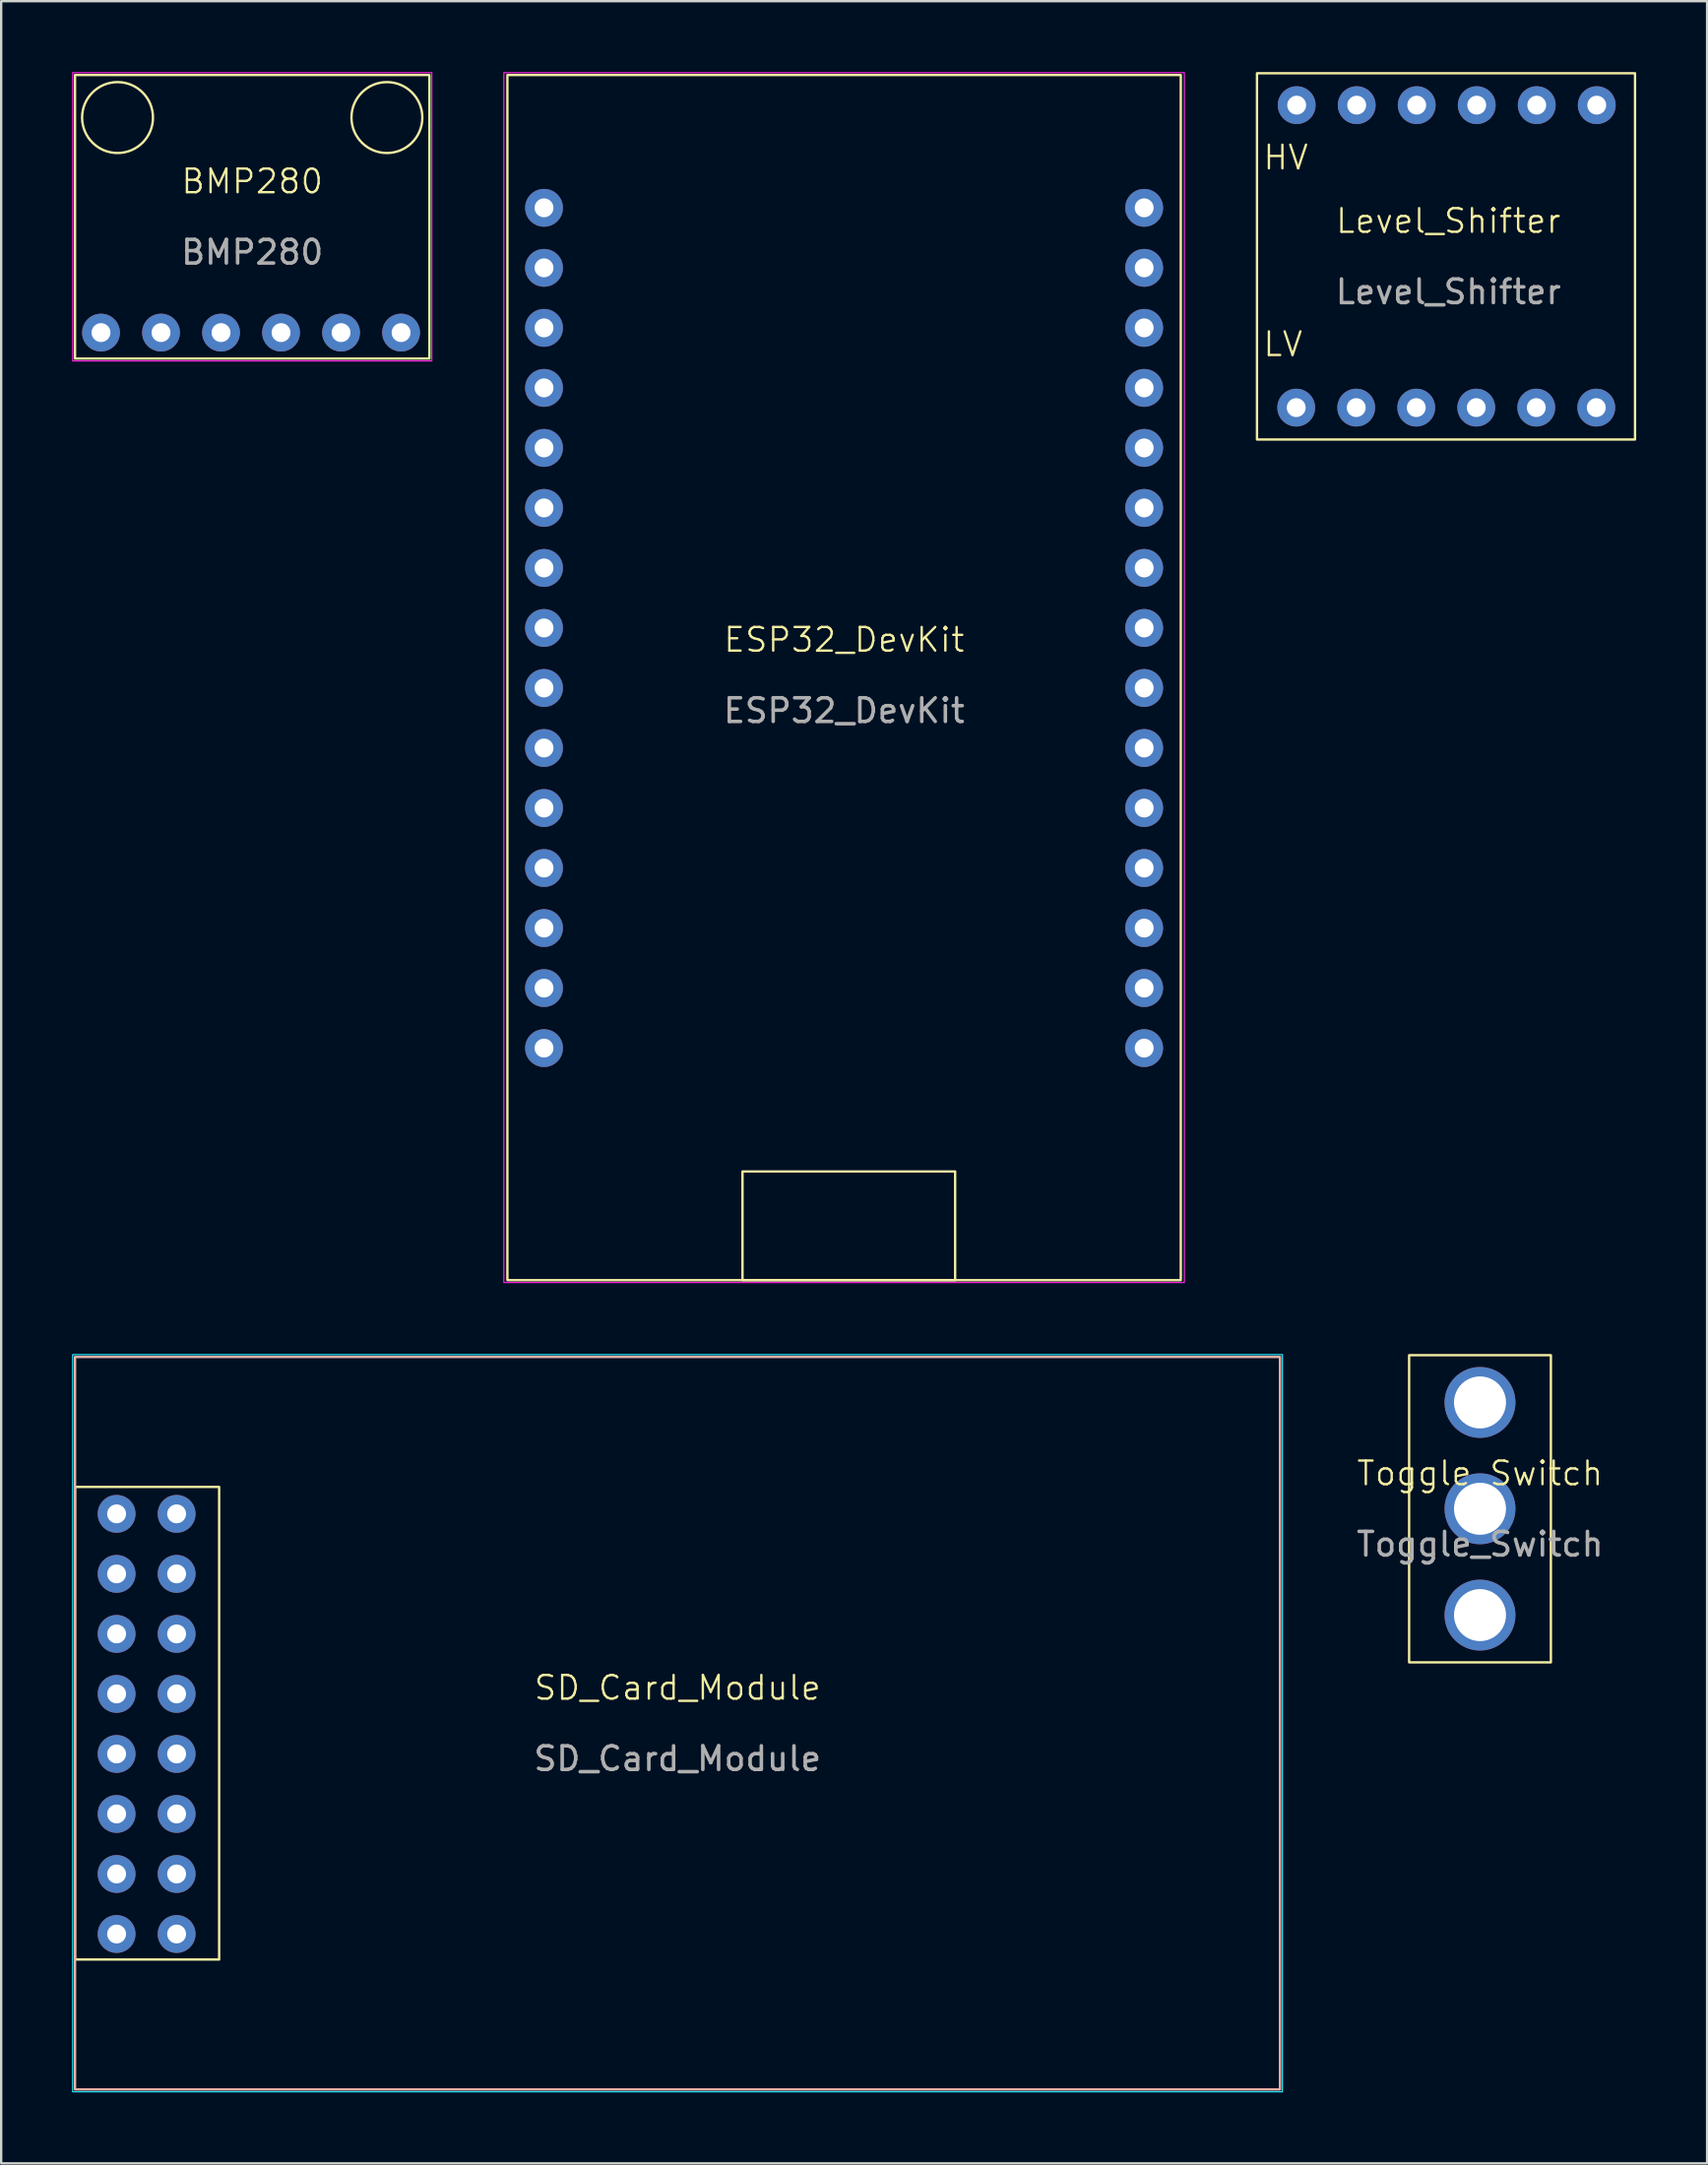
<source format=kicad_pcb>
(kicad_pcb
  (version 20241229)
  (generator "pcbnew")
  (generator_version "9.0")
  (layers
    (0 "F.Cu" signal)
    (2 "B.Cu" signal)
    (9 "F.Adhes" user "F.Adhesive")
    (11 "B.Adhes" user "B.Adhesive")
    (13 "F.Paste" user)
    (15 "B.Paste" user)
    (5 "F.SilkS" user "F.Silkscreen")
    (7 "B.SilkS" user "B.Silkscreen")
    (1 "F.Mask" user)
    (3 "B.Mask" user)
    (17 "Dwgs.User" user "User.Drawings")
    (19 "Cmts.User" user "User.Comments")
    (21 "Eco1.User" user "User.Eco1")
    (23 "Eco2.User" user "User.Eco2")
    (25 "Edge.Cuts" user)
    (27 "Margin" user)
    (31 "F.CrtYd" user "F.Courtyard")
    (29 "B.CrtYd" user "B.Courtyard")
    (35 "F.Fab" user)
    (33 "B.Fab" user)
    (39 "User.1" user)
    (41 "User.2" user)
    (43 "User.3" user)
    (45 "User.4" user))
  (footprint "BMP280"
    (layer "F.Cu")
    (at 7.625 6.125)
    (property "Reference" "BMP280" (at 0 -1.5 0) (unlocked yes) (layer "F.SilkS") (effects (font (size 1 1) (thickness 0.1))))
    (attr through_hole)
    (fp_rect (start -7.5 -6) (end 7.5 6) (stroke (width 0.1) (type default)) (fill no) (layer "F.SilkS"))
    (fp_circle (center -5.7 -4.2) (end -4.2 -4.2) (stroke (width 0.1) (type default)) (fill no) (layer "F.SilkS"))
    (fp_circle (center 5.7 -4.2) (end 7.2 -4.2) (stroke (width 0.1) (type default)) (fill no) (layer "F.SilkS"))
    (fp_rect (start -7.6 -6.1) (end 7.6 6.1) (stroke (width 0.05) (type default)) (fill no) (layer "F.CrtYd"))
    (fp_text user "${REFERENCE}" (at 0 1.5 0) (unlocked yes) (layer "F.Fab") (effects (font (size 1 1) (thickness 0.15))))
    (pad "1" thru_hole circle (at -6.4 4.9) (size 1.6 1.6) (drill 0.8) (layers "*.Cu" "*.Mask"))
    (pad "2" thru_hole circle (at -3.86 4.9) (size 1.6 1.6) (drill 0.8) (layers "*.Cu" "*.Mask"))
    (pad "3" thru_hole circle (at -1.32 4.9) (size 1.6 1.6) (drill 0.8) (layers "*.Cu" "*.Mask"))
    (pad "4" thru_hole circle (at 1.22 4.9) (size 1.6 1.6) (drill 0.8) (layers "*.Cu" "*.Mask"))
    (pad "5" thru_hole circle (at 3.76 4.9) (size 1.6 1.6) (drill 0.8) (layers "*.Cu" "*.Mask"))
    (pad "6" thru_hole circle (at 6.3 4.9) (size 1.6 1.6) (drill 0.8) (layers "*.Cu" "*.Mask")))
  (footprint "Toggle_Switch"
    (layer "F.Cu")
    (at 59.589 60.8)
    (property "Reference" "Toggle_Switch" (at 0 -1.5 0) (unlocked yes) (layer "F.SilkS") (effects (font (size 1 1) (thickness 0.1))))
    (attr through_hole)
    (fp_rect (start -3 -6.5) (end 3 6.5) (stroke (width 0.1) (type default)) (fill no) (layer "F.SilkS"))
    (fp_text user "${REFERENCE}" (at 0 1.5 0) (unlocked yes) (layer "F.Fab") (effects (font (size 1 1) (thickness 0.15))))
    (pad "1" thru_hole circle (at 0 4.5) (size 3 3) (drill 2.2) (layers "*.Cu" "*.Mask"))
    (pad "2" thru_hole circle (at 0 0) (size 3 3) (drill 2.2) (layers "*.Cu" "*.Mask"))
    (pad "3" thru_hole circle (at 0 -4.5) (size 3 3) (drill 2.2) (layers "*.Cu" "*.Mask")))
  (footprint "ESP32_DevKit"
    (layer "F.Cu")
    (at 32.675 25.625)
    (property "Reference" "ESP32_DevKit" (at 0 -1.6 0) (unlocked yes) (layer "F.SilkS") (effects (font (size 1 1) (thickness 0.1))))
    (attr through_hole)
    (fp_rect (start -14.25 -25.5) (end 14.25 25.5) (stroke (width 0.1) (type default)) (fill no) (layer "F.SilkS"))
    (fp_rect (start -4.3 20.9) (end 4.7 25.5) (stroke (width 0.1) (type default)) (fill no) (layer "F.SilkS"))
    (fp_rect (start -14.4 -25.6) (end 14.4 25.6) (stroke (width 0.05) (type default)) (fill no) (layer "F.CrtYd"))
    (fp_text user "${REFERENCE}" (at 0 1.4 0) (unlocked yes) (layer "F.Fab") (effects (font (size 1 1) (thickness 0.15))))
    (pad "1" thru_hole circle (at -12.7 -19.88) (size 1.6 1.6) (drill 0.8) (layers "*.Cu" "*.Mask"))
    (pad "2" thru_hole circle (at -12.7 -17.34) (size 1.6 1.6) (drill 0.8) (layers "*.Cu" "*.Mask"))
    (pad "3" thru_hole circle (at -12.7 -14.8) (size 1.6 1.6) (drill 0.8) (layers "*.Cu" "*.Mask"))
    (pad "4" thru_hole circle (at -12.7 -12.26) (size 1.6 1.6) (drill 0.8) (layers "*.Cu" "*.Mask"))
    (pad "5" thru_hole circle (at -12.7 -9.72) (size 1.6 1.6) (drill 0.8) (layers "*.Cu" "*.Mask"))
    (pad "6" thru_hole circle (at -12.7 -7.18) (size 1.6 1.6) (drill 0.8) (layers "*.Cu" "*.Mask"))
    (pad "7" thru_hole circle (at -12.7 -4.64) (size 1.6 1.6) (drill 0.8) (layers "*.Cu" "*.Mask"))
    (pad "8" thru_hole circle (at -12.7 -2.1) (size 1.6 1.6) (drill 0.8) (layers "*.Cu" "*.Mask"))
    (pad "9" thru_hole circle (at -12.7 0.44) (size 1.6 1.6) (drill 0.8) (layers "*.Cu" "*.Mask"))
    (pad "10" thru_hole circle (at -12.7 2.98) (size 1.6 1.6) (drill 0.8) (layers "*.Cu" "*.Mask"))
    (pad "11" thru_hole circle (at -12.7 5.52) (size 1.6 1.6) (drill 0.8) (layers "*.Cu" "*.Mask"))
    (pad "12" thru_hole circle (at -12.7 8.06) (size 1.6 1.6) (drill 0.8) (layers "*.Cu" "*.Mask"))
    (pad "13" thru_hole circle (at -12.7 10.6) (size 1.6 1.6) (drill 0.8) (layers "*.Cu" "*.Mask"))
    (pad "14" thru_hole circle (at -12.7 13.14) (size 1.6 1.6) (drill 0.8) (layers "*.Cu" "*.Mask"))
    (pad "15" thru_hole circle (at -12.7 15.68) (size 1.6 1.6) (drill 0.8) (layers "*.Cu" "*.Mask"))
    (pad "16" thru_hole circle (at 12.7 -19.88) (size 1.6 1.6) (drill 0.8) (layers "*.Cu" "*.Mask"))
    (pad "17" thru_hole circle (at 12.7 -17.34) (size 1.6 1.6) (drill 0.8) (layers "*.Cu" "*.Mask"))
    (pad "18" thru_hole circle (at 12.7 -14.8) (size 1.6 1.6) (drill 0.8) (layers "*.Cu" "*.Mask"))
    (pad "19" thru_hole circle (at 12.7 -12.26) (size 1.6 1.6) (drill 0.8) (layers "*.Cu" "*.Mask"))
    (pad "20" thru_hole circle (at 12.7 -9.72) (size 1.6 1.6) (drill 0.8) (layers "*.Cu" "*.Mask"))
    (pad "21" thru_hole circle (at 12.7 -7.18) (size 1.6 1.6) (drill 0.8) (layers "*.Cu" "*.Mask"))
    (pad "22" thru_hole circle (at 12.7 -4.64) (size 1.6 1.6) (drill 0.8) (layers "*.Cu" "*.Mask"))
    (pad "23" thru_hole circle (at 12.7 -2.1) (size 1.6 1.6) (drill 0.8) (layers "*.Cu" "*.Mask"))
    (pad "24" thru_hole circle (at 12.7 0.44) (size 1.6 1.6) (drill 0.8) (layers "*.Cu" "*.Mask"))
    (pad "25" thru_hole circle (at 12.7 2.98) (size 1.6 1.6) (drill 0.8) (layers "*.Cu" "*.Mask"))
    (pad "26" thru_hole circle (at 12.7 5.52) (size 1.6 1.6) (drill 0.8) (layers "*.Cu" "*.Mask"))
    (pad "27" thru_hole circle (at 12.7 8.06) (size 1.6 1.6) (drill 0.8) (layers "*.Cu" "*.Mask"))
    (pad "28" thru_hole circle (at 12.7 10.6) (size 1.6 1.6) (drill 0.8) (layers "*.Cu" "*.Mask"))
    (pad "29" thru_hole circle (at 12.7 13.14) (size 1.6 1.6) (drill 0.8) (layers "*.Cu" "*.Mask"))
    (pad "30" thru_hole circle (at 12.7 15.68) (size 1.6 1.6) (drill 0.8) (layers "*.Cu" "*.Mask")))
  (footprint "Level_Shifter"
    (layer "F.Cu")
    (at 58.15 7.8)
    (property "Reference" "Level_Shifter" (at 0.1 -1.5 0) (unlocked yes) (layer "F.SilkS") (effects (font (size 1 1) (thickness 0.1))))
    (attr through_hole)
    (fp_rect (start -8 -7.75) (end 8 7.75) (stroke (width 0.1) (type default)) (fill no) (layer "F.SilkS"))
    (fp_text user "LV" (at -7.8 4.3 0) (unlocked yes) (layer "F.SilkS") (effects (font (size 1 1) (thickness 0.1)) (justify left bottom)))
    (fp_text user "HV" (at -7.8 -3.6 0) (unlocked yes) (layer "F.SilkS") (effects (font (size 1 1) (thickness 0.1)) (justify left bottom)))
    (fp_text user "${REFERENCE}" (at 0.1 1.5 0) (unlocked yes) (layer "F.Fab") (effects (font (size 1 1) (thickness 0.15))))
    (pad "1" thru_hole circle (at 6.38 -6.4) (size 1.6 1.6) (drill 0.8) (layers "*.Cu" "*.Mask"))
    (pad "2" thru_hole circle (at 3.84 -6.4) (size 1.6 1.6) (drill 0.8) (layers "*.Cu" "*.Mask"))
    (pad "3" thru_hole circle (at 1.3 -6.4) (size 1.6 1.6) (drill 0.8) (layers "*.Cu" "*.Mask"))
    (pad "4" thru_hole circle (at -1.24 -6.4) (size 1.6 1.6) (drill 0.8) (layers "*.Cu" "*.Mask"))
    (pad "5" thru_hole circle (at -3.78 -6.4) (size 1.6 1.6) (drill 0.8) (layers "*.Cu" "*.Mask"))
    (pad "6" thru_hole circle (at -6.32 -6.4) (size 1.6 1.6) (drill 0.8) (layers "*.Cu" "*.Mask"))
    (pad "7" thru_hole circle (at 6.36 6.4) (size 1.6 1.6) (drill 0.8) (layers "*.Cu" "*.Mask"))
    (pad "8" thru_hole circle (at 3.82 6.4) (size 1.6 1.6) (drill 0.8) (layers "*.Cu" "*.Mask"))
    (pad "9" thru_hole circle (at 1.28 6.4) (size 1.6 1.6) (drill 0.8) (layers "*.Cu" "*.Mask"))
    (pad "10" thru_hole circle (at -1.26 6.4) (size 1.6 1.6) (drill 0.8) (layers "*.Cu" "*.Mask"))
    (pad "11" thru_hole circle (at -3.8 6.4) (size 1.6 1.6) (drill 0.8) (layers "*.Cu" "*.Mask"))
    (pad "12" thru_hole circle (at -6.34 6.4) (size 1.6 1.6) (drill 0.8) (layers "*.Cu" "*.Mask")))
  (footprint "SD_Card_Module"
    (layer "F.Cu")
    (at 25.625 69.875)
    (property "Reference" "SD_Card_Module" (at 0 -1.5 0) (unlocked yes) (layer "F.SilkS") (effects (font (size 1 1) (thickness 0.1))))
    (attr through_hole)
    (fp_rect (start -25.5 -10) (end -19.4 10) (stroke (width 0.1) (type default)) (fill no) (layer "F.SilkS"))
    (fp_rect (start -25.5 -15.5) (end 25.5 15.5) (stroke (width 0.1) (type default)) (fill no) (layer "B.SilkS"))
    (fp_rect (start -25.6 -15.6) (end 25.6 15.6) (stroke (width 0.05) (type default)) (fill no) (layer "B.CrtYd"))
    (fp_text user "${REFERENCE}" (at 0 1.5 0) (unlocked yes) (layer "F.Fab") (effects (font (size 1 1) (thickness 0.15))))
    (pad "1" thru_hole circle (at -23.74 -8.86) (size 1.6 1.6) (drill 0.8) (layers "*.Cu" "*.Mask"))
    (pad "1" thru_hole circle (at -21.2 -8.86) (size 1.6 1.6) (drill 0.8) (layers "*.Cu" "*.Mask"))
    (pad "2" thru_hole circle (at -23.74 -6.32) (size 1.6 1.6) (drill 0.8) (layers "*.Cu" "*.Mask"))
    (pad "2" thru_hole circle (at -21.2 -6.32) (size 1.6 1.6) (drill 0.8) (layers "*.Cu" "*.Mask"))
    (pad "3" thru_hole circle (at -23.74 -3.78) (size 1.6 1.6) (drill 0.8) (layers "*.Cu" "*.Mask"))
    (pad "3" thru_hole circle (at -21.2 -3.78) (size 1.6 1.6) (drill 0.8) (layers "*.Cu" "*.Mask"))
    (pad "4" thru_hole circle (at -23.74 -1.24) (size 1.6 1.6) (drill 0.8) (layers "*.Cu" "*.Mask"))
    (pad "4" thru_hole circle (at -21.2 -1.24) (size 1.6 1.6) (drill 0.8) (layers "*.Cu" "*.Mask"))
    (pad "5" thru_hole circle (at -23.74 1.3) (size 1.6 1.6) (drill 0.8) (layers "*.Cu" "*.Mask"))
    (pad "5" thru_hole circle (at -21.2 1.3) (size 1.6 1.6) (drill 0.8) (layers "*.Cu" "*.Mask"))
    (pad "6" thru_hole circle (at -23.74 3.84) (size 1.6 1.6) (drill 0.8) (layers "*.Cu" "*.Mask"))
    (pad "6" thru_hole circle (at -21.2 3.84) (size 1.6 1.6) (drill 0.8) (layers "*.Cu" "*.Mask"))
    (pad "7" thru_hole circle (at -23.74 6.38) (size 1.6 1.6) (drill 0.8) (layers "*.Cu" "*.Mask"))
    (pad "7" thru_hole circle (at -21.2 6.38) (size 1.6 1.6) (drill 0.8) (layers "*.Cu" "*.Mask"))
    (pad "8" thru_hole circle (at -23.74 8.92) (size 1.6 1.6) (drill 0.8) (layers "*.Cu" "*.Mask"))
    (pad "8" thru_hole circle (at -21.2 8.92) (size 1.6 1.6) (drill 0.8) (layers "*.Cu" "*.Mask")))
  (gr_rect
    (start -3 -3)
    (end 69.2 88.5)
    (stroke (width 0.1) (type default))
    (fill no)
    (layer "Edge.Cuts")))
</source>
